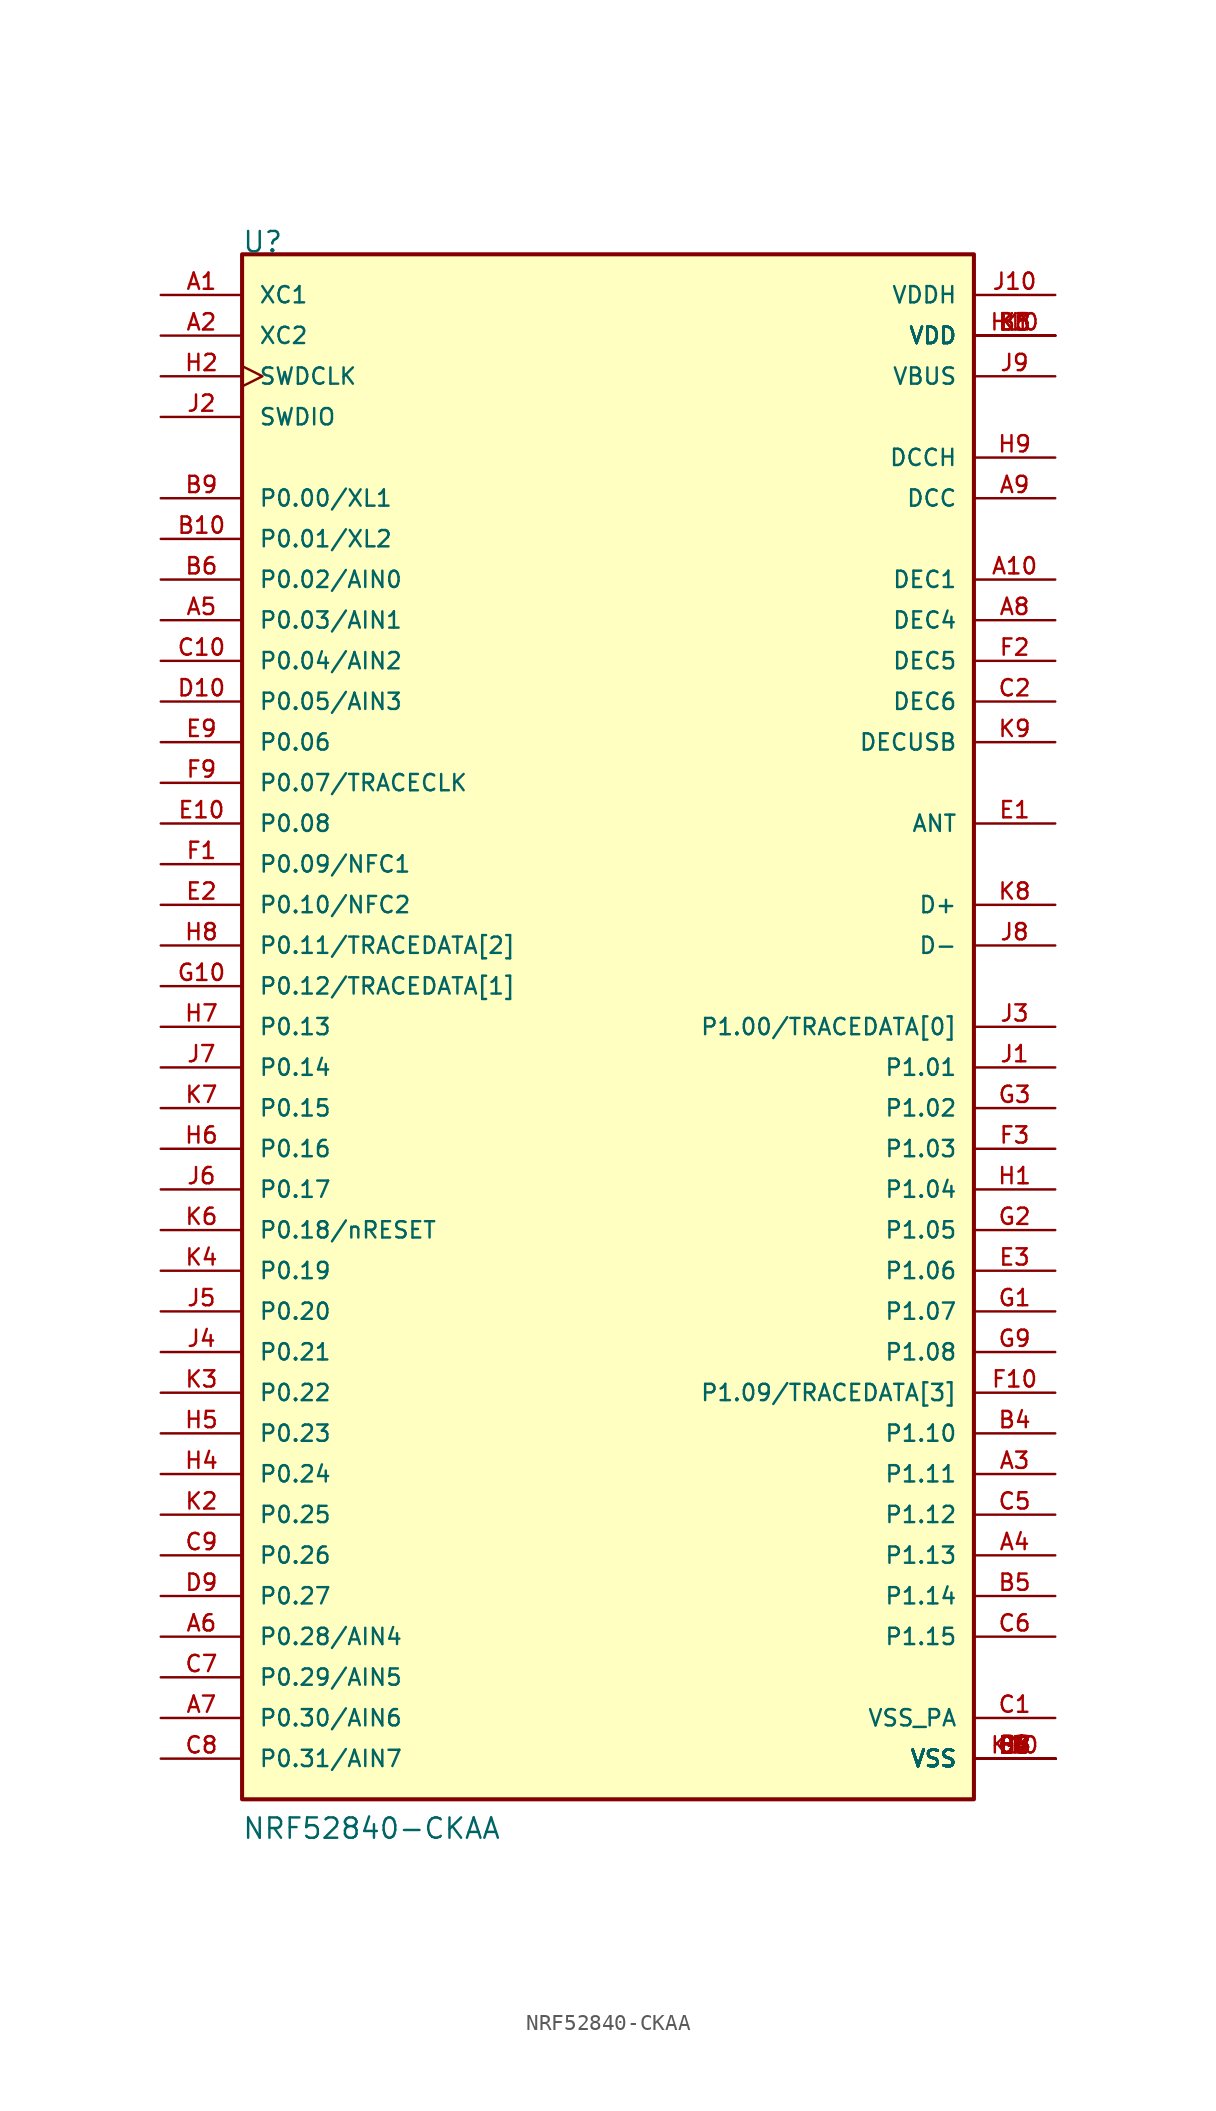
<source format=kicad_sym>
(kicad_symbol_lib
  (version 20211014)
  (generator kicad_symbol_editor)
  (symbol "NRF52840-CKAA"
    (pin_names
      (offset 1.016))
    (property "Reference" "U"
      (at -22.885 33.045 0)
      (effects (font (size 1.27 1.27)) (justify left bottom)))
    (property "Value" "NRF52840-CKAA"
      (at -22.885 -66.065 0)
      (effects (font (size 1.27 1.27)) (justify left bottom)))
    (symbol "NRF52840-CKAA_0_0"
      (rectangle (start -22.86 33.02) (end 22.86 -63.5) (stroke (width 0.254) (type default) (color 0 0 0 0)) (fill (type background)))
      (pin input line (at -27.94 30.48 0) (length 5.08) (name "XC1" (effects (font (size 1.016 1.016)))) (number "A1" (effects (font (size 1.016 1.016)))))
      (pin passive line (at 27.94 12.7 180) (length 5.08) (name "DEC1" (effects (font (size 1.016 1.016)))) (number "A10" (effects (font (size 1.016 1.016)))))
      (pin input line (at -27.94 27.94 0) (length 5.08) (name "XC2" (effects (font (size 1.016 1.016)))) (number "A2" (effects (font (size 1.016 1.016)))))
      (pin bidirectional line (at 27.94 -43.18 180) (length 5.08) (name "P1.11" (effects (font (size 1.016 1.016)))) (number "A3" (effects (font (size 1.016 1.016)))))
      (pin bidirectional line (at 27.94 -48.26 180) (length 5.08) (name "P1.13" (effects (font (size 1.016 1.016)))) (number "A4" (effects (font (size 1.016 1.016)))))
      (pin bidirectional line (at -27.94 10.16 0) (length 5.08) (name "P0.03/AIN1" (effects (font (size 1.016 1.016)))) (number "A5" (effects (font (size 1.016 1.016)))))
      (pin bidirectional line (at -27.94 -53.34 0) (length 5.08) (name "P0.28/AIN4" (effects (font (size 1.016 1.016)))) (number "A6" (effects (font (size 1.016 1.016)))))
      (pin bidirectional line (at -27.94 -58.42 0) (length 5.08) (name "P0.30/AIN6" (effects (font (size 1.016 1.016)))) (number "A7" (effects (font (size 1.016 1.016)))))
      (pin passive line (at 27.94 10.16 180) (length 5.08) (name "DEC4" (effects (font (size 1.016 1.016)))) (number "A8" (effects (font (size 1.016 1.016)))))
      (pin power_in line (at 27.94 17.78 180) (length 5.08) (name "DCC" (effects (font (size 1.016 1.016)))) (number "A9" (effects (font (size 1.016 1.016)))))
      (pin bidirectional line (at -27.94 15.24 0) (length 5.08) (name "P0.01/XL2" (effects (font (size 1.016 1.016)))) (number "B10" (effects (font (size 1.016 1.016)))))
      (pin power_in line (at 27.94 27.94 180) (length 5.08) (name "VDD" (effects (font (size 1.016 1.016)))) (number "B3" (effects (font (size 1.016 1.016)))))
      (pin bidirectional line (at 27.94 -40.64 180) (length 5.08) (name "P1.10" (effects (font (size 1.016 1.016)))) (number "B4" (effects (font (size 1.016 1.016)))))
      (pin bidirectional line (at 27.94 -50.8 180) (length 5.08) (name "P1.14" (effects (font (size 1.016 1.016)))) (number "B5" (effects (font (size 1.016 1.016)))))
      (pin bidirectional line (at -27.94 12.7 0) (length 5.08) (name "P0.02/AIN0" (effects (font (size 1.016 1.016)))) (number "B6" (effects (font (size 1.016 1.016)))))
      (pin power_in line (at 27.94 -60.96 180) (length 5.08) (name "VSS" (effects (font (size 1.016 1.016)))) (number "B7" (effects (font (size 1.016 1.016)))))
      (pin power_in line (at 27.94 27.94 180) (length 5.08) (name "VDD" (effects (font (size 1.016 1.016)))) (number "B8" (effects (font (size 1.016 1.016)))))
      (pin bidirectional line (at -27.94 17.78 0) (length 5.08) (name "P0.00/XL1" (effects (font (size 1.016 1.016)))) (number "B9" (effects (font (size 1.016 1.016)))))
      (pin power_in line (at 27.94 -58.42 180) (length 5.08) (name "VSS_PA" (effects (font (size 1.016 1.016)))) (number "C1" (effects (font (size 1.016 1.016)))))
      (pin bidirectional line (at -27.94 7.62 0) (length 5.08) (name "P0.04/AIN2" (effects (font (size 1.016 1.016)))) (number "C10" (effects (font (size 1.016 1.016)))))
      (pin passive line (at 27.94 5.08 180) (length 5.08) (name "DEC6" (effects (font (size 1.016 1.016)))) (number "C2" (effects (font (size 1.016 1.016)))))
      (pin power_in line (at 27.94 -60.96 180) (length 5.08) (name "VSS" (effects (font (size 1.016 1.016)))) (number "C4" (effects (font (size 1.016 1.016)))))
      (pin bidirectional line (at 27.94 -45.72 180) (length 5.08) (name "P1.12" (effects (font (size 1.016 1.016)))) (number "C5" (effects (font (size 1.016 1.016)))))
      (pin bidirectional line (at 27.94 -53.34 180) (length 5.08) (name "P1.15" (effects (font (size 1.016 1.016)))) (number "C6" (effects (font (size 1.016 1.016)))))
      (pin bidirectional line (at -27.94 -55.88 0) (length 5.08) (name "P0.29/AIN5" (effects (font (size 1.016 1.016)))) (number "C7" (effects (font (size 1.016 1.016)))))
      (pin bidirectional line (at -27.94 -60.96 0) (length 5.08) (name "P0.31/AIN7" (effects (font (size 1.016 1.016)))) (number "C8" (effects (font (size 1.016 1.016)))))
      (pin bidirectional line (at -27.94 -48.26 0) (length 5.08) (name "P0.26" (effects (font (size 1.016 1.016)))) (number "C9" (effects (font (size 1.016 1.016)))))
      (pin bidirectional line (at -27.94 5.08 0) (length 5.08) (name "P0.05/AIN3" (effects (font (size 1.016 1.016)))) (number "D10" (effects (font (size 1.016 1.016)))))
      (pin power_in line (at 27.94 -60.96 180) (length 5.08) (name "VSS" (effects (font (size 1.016 1.016)))) (number "D3" (effects (font (size 1.016 1.016)))))
      (pin power_in line (at 27.94 -60.96 180) (length 5.08) (name "VSS" (effects (font (size 1.016 1.016)))) (number "D4" (effects (font (size 1.016 1.016)))))
      (pin power_in line (at 27.94 -60.96 180) (length 5.08) (name "VSS" (effects (font (size 1.016 1.016)))) (number "D5" (effects (font (size 1.016 1.016)))))
      (pin power_in line (at 27.94 -60.96 180) (length 5.08) (name "VSS" (effects (font (size 1.016 1.016)))) (number "D6" (effects (font (size 1.016 1.016)))))
      (pin power_in line (at 27.94 -60.96 180) (length 5.08) (name "VSS" (effects (font (size 1.016 1.016)))) (number "D7" (effects (font (size 1.016 1.016)))))
      (pin power_in line (at 27.94 -60.96 180) (length 5.08) (name "VSS" (effects (font (size 1.016 1.016)))) (number "D8" (effects (font (size 1.016 1.016)))))
      (pin bidirectional line (at -27.94 -50.8 0) (length 5.08) (name "P0.27" (effects (font (size 1.016 1.016)))) (number "D9" (effects (font (size 1.016 1.016)))))
      (pin passive line (at 27.94 -2.54 180) (length 5.08) (name "ANT" (effects (font (size 1.016 1.016)))) (number "E1" (effects (font (size 1.016 1.016)))))
      (pin bidirectional line (at -27.94 -2.54 0) (length 5.08) (name "P0.08" (effects (font (size 1.016 1.016)))) (number "E10" (effects (font (size 1.016 1.016)))))
      (pin bidirectional line (at -27.94 -7.62 0) (length 5.08) (name "P0.10/NFC2" (effects (font (size 1.016 1.016)))) (number "E2" (effects (font (size 1.016 1.016)))))
      (pin bidirectional line (at 27.94 -30.48 180) (length 5.08) (name "P1.06" (effects (font (size 1.016 1.016)))) (number "E3" (effects (font (size 1.016 1.016)))))
      (pin power_in line (at 27.94 -60.96 180) (length 5.08) (name "VSS" (effects (font (size 1.016 1.016)))) (number "E4" (effects (font (size 1.016 1.016)))))
      (pin power_in line (at 27.94 -60.96 180) (length 5.08) (name "VSS" (effects (font (size 1.016 1.016)))) (number "E5" (effects (font (size 1.016 1.016)))))
      (pin power_in line (at 27.94 -60.96 180) (length 5.08) (name "VSS" (effects (font (size 1.016 1.016)))) (number "E6" (effects (font (size 1.016 1.016)))))
      (pin power_in line (at 27.94 -60.96 180) (length 5.08) (name "VSS" (effects (font (size 1.016 1.016)))) (number "E7" (effects (font (size 1.016 1.016)))))
      (pin power_in line (at 27.94 -60.96 180) (length 5.08) (name "VSS" (effects (font (size 1.016 1.016)))) (number "E8" (effects (font (size 1.016 1.016)))))
      (pin bidirectional line (at -27.94 2.54 0) (length 5.08) (name "P0.06" (effects (font (size 1.016 1.016)))) (number "E9" (effects (font (size 1.016 1.016)))))
      (pin bidirectional line (at -27.94 -5.08 0) (length 5.08) (name "P0.09/NFC1" (effects (font (size 1.016 1.016)))) (number "F1" (effects (font (size 1.016 1.016)))))
      (pin bidirectional line (at 27.94 -38.1 180) (length 5.08) (name "P1.09/TRACEDATA[3]" (effects (font (size 1.016 1.016)))) (number "F10" (effects (font (size 1.016 1.016)))))
      (pin passive line (at 27.94 7.62 180) (length 5.08) (name "DEC5" (effects (font (size 1.016 1.016)))) (number "F2" (effects (font (size 1.016 1.016)))))
      (pin bidirectional line (at 27.94 -22.86 180) (length 5.08) (name "P1.03" (effects (font (size 1.016 1.016)))) (number "F3" (effects (font (size 1.016 1.016)))))
      (pin power_in line (at 27.94 -60.96 180) (length 5.08) (name "VSS" (effects (font (size 1.016 1.016)))) (number "F4" (effects (font (size 1.016 1.016)))))
      (pin power_in line (at 27.94 -60.96 180) (length 5.08) (name "VSS" (effects (font (size 1.016 1.016)))) (number "F5" (effects (font (size 1.016 1.016)))))
      (pin power_in line (at 27.94 -60.96 180) (length 5.08) (name "VSS" (effects (font (size 1.016 1.016)))) (number "F6" (effects (font (size 1.016 1.016)))))
      (pin power_in line (at 27.94 -60.96 180) (length 5.08) (name "VSS" (effects (font (size 1.016 1.016)))) (number "F7" (effects (font (size 1.016 1.016)))))
      (pin power_in line (at 27.94 -60.96 180) (length 5.08) (name "VSS" (effects (font (size 1.016 1.016)))) (number "F8" (effects (font (size 1.016 1.016)))))
      (pin bidirectional line (at -27.94 0 0) (length 5.08) (name "P0.07/TRACECLK" (effects (font (size 1.016 1.016)))) (number "F9" (effects (font (size 1.016 1.016)))))
      (pin bidirectional line (at 27.94 -33.02 180) (length 5.08) (name "P1.07" (effects (font (size 1.016 1.016)))) (number "G1" (effects (font (size 1.016 1.016)))))
      (pin bidirectional line (at -27.94 -12.7 0) (length 5.08) (name "P0.12/TRACEDATA[1]" (effects (font (size 1.016 1.016)))) (number "G10" (effects (font (size 1.016 1.016)))))
      (pin bidirectional line (at 27.94 -27.94 180) (length 5.08) (name "P1.05" (effects (font (size 1.016 1.016)))) (number "G2" (effects (font (size 1.016 1.016)))))
      (pin bidirectional line (at 27.94 -20.32 180) (length 5.08) (name "P1.02" (effects (font (size 1.016 1.016)))) (number "G3" (effects (font (size 1.016 1.016)))))
      (pin power_in line (at 27.94 -60.96 180) (length 5.08) (name "VSS" (effects (font (size 1.016 1.016)))) (number "G4" (effects (font (size 1.016 1.016)))))
      (pin power_in line (at 27.94 -60.96 180) (length 5.08) (name "VSS" (effects (font (size 1.016 1.016)))) (number "G5" (effects (font (size 1.016 1.016)))))
      (pin power_in line (at 27.94 -60.96 180) (length 5.08) (name "VSS" (effects (font (size 1.016 1.016)))) (number "G6" (effects (font (size 1.016 1.016)))))
      (pin power_in line (at 27.94 -60.96 180) (length 5.08) (name "VSS" (effects (font (size 1.016 1.016)))) (number "G7" (effects (font (size 1.016 1.016)))))
      (pin power_in line (at 27.94 -60.96 180) (length 5.08) (name "VSS" (effects (font (size 1.016 1.016)))) (number "G8" (effects (font (size 1.016 1.016)))))
      (pin bidirectional line (at 27.94 -35.56 180) (length 5.08) (name "P1.08" (effects (font (size 1.016 1.016)))) (number "G9" (effects (font (size 1.016 1.016)))))
      (pin bidirectional line (at 27.94 -25.4 180) (length 5.08) (name "P1.04" (effects (font (size 1.016 1.016)))) (number "H1" (effects (font (size 1.016 1.016)))))
      (pin power_in line (at 27.94 27.94 180) (length 5.08) (name "VDD" (effects (font (size 1.016 1.016)))) (number "H10" (effects (font (size 1.016 1.016)))))
      (pin input clock (at -27.94 25.4 0) (length 5.08) (name "SWDCLK" (effects (font (size 1.016 1.016)))) (number "H2" (effects (font (size 1.016 1.016)))))
      (pin bidirectional line (at -27.94 -43.18 0) (length 5.08) (name "P0.24" (effects (font (size 1.016 1.016)))) (number "H4" (effects (font (size 1.016 1.016)))))
      (pin bidirectional line (at -27.94 -40.64 0) (length 5.08) (name "P0.23" (effects (font (size 1.016 1.016)))) (number "H5" (effects (font (size 1.016 1.016)))))
      (pin bidirectional line (at -27.94 -22.86 0) (length 5.08) (name "P0.16" (effects (font (size 1.016 1.016)))) (number "H6" (effects (font (size 1.016 1.016)))))
      (pin bidirectional line (at -27.94 -15.24 0) (length 5.08) (name "P0.13" (effects (font (size 1.016 1.016)))) (number "H7" (effects (font (size 1.016 1.016)))))
      (pin bidirectional line (at -27.94 -10.16 0) (length 5.08) (name "P0.11/TRACEDATA[2]" (effects (font (size 1.016 1.016)))) (number "H8" (effects (font (size 1.016 1.016)))))
      (pin power_in line (at 27.94 20.32 180) (length 5.08) (name "DCCH" (effects (font (size 1.016 1.016)))) (number "H9" (effects (font (size 1.016 1.016)))))
      (pin bidirectional line (at 27.94 -17.78 180) (length 5.08) (name "P1.01" (effects (font (size 1.016 1.016)))) (number "J1" (effects (font (size 1.016 1.016)))))
      (pin power_in line (at 27.94 30.48 180) (length 5.08) (name "VDDH" (effects (font (size 1.016 1.016)))) (number "J10" (effects (font (size 1.016 1.016)))))
      (pin bidirectional line (at -27.94 22.86 0) (length 5.08) (name "SWDIO" (effects (font (size 1.016 1.016)))) (number "J2" (effects (font (size 1.016 1.016)))))
      (pin bidirectional line (at 27.94 -15.24 180) (length 5.08) (name "P1.00/TRACEDATA[0]" (effects (font (size 1.016 1.016)))) (number "J3" (effects (font (size 1.016 1.016)))))
      (pin bidirectional line (at -27.94 -35.56 0) (length 5.08) (name "P0.21" (effects (font (size 1.016 1.016)))) (number "J4" (effects (font (size 1.016 1.016)))))
      (pin bidirectional line (at -27.94 -33.02 0) (length 5.08) (name "P0.20" (effects (font (size 1.016 1.016)))) (number "J5" (effects (font (size 1.016 1.016)))))
      (pin bidirectional line (at -27.94 -25.4 0) (length 5.08) (name "P0.17" (effects (font (size 1.016 1.016)))) (number "J6" (effects (font (size 1.016 1.016)))))
      (pin bidirectional line (at -27.94 -17.78 0) (length 5.08) (name "P0.14" (effects (font (size 1.016 1.016)))) (number "J7" (effects (font (size 1.016 1.016)))))
      (pin bidirectional line (at 27.94 -10.16 180) (length 5.08) (name "D-" (effects (font (size 1.016 1.016)))) (number "J8" (effects (font (size 1.016 1.016)))))
      (pin power_in line (at 27.94 25.4 180) (length 5.08) (name "VBUS" (effects (font (size 1.016 1.016)))) (number "J9" (effects (font (size 1.016 1.016)))))
      (pin power_in line (at 27.94 27.94 180) (length 5.08) (name "VDD" (effects (font (size 1.016 1.016)))) (number "K1" (effects (font (size 1.016 1.016)))))
      (pin power_in line (at 27.94 -60.96 180) (length 5.08) (name "VSS" (effects (font (size 1.016 1.016)))) (number "K10" (effects (font (size 1.016 1.016)))))
      (pin bidirectional line (at -27.94 -45.72 0) (length 5.08) (name "P0.25" (effects (font (size 1.016 1.016)))) (number "K2" (effects (font (size 1.016 1.016)))))
      (pin bidirectional line (at -27.94 -38.1 0) (length 5.08) (name "P0.22" (effects (font (size 1.016 1.016)))) (number "K3" (effects (font (size 1.016 1.016)))))
      (pin bidirectional line (at -27.94 -30.48 0) (length 5.08) (name "P0.19" (effects (font (size 1.016 1.016)))) (number "K4" (effects (font (size 1.016 1.016)))))
      (pin power_in line (at 27.94 27.94 180) (length 5.08) (name "VDD" (effects (font (size 1.016 1.016)))) (number "K5" (effects (font (size 1.016 1.016)))))
      (pin bidirectional line (at -27.94 -27.94 0) (length 5.08) (name "P0.18/nRESET" (effects (font (size 1.016 1.016)))) (number "K6" (effects (font (size 1.016 1.016)))))
      (pin bidirectional line (at -27.94 -20.32 0) (length 5.08) (name "P0.15" (effects (font (size 1.016 1.016)))) (number "K7" (effects (font (size 1.016 1.016)))))
      (pin bidirectional line (at 27.94 -7.62 180) (length 5.08) (name "D+" (effects (font (size 1.016 1.016)))) (number "K8" (effects (font (size 1.016 1.016)))))
      (pin passive line (at 27.94 2.54 180) (length 5.08) (name "DECUSB" (effects (font (size 1.016 1.016)))) (number "K9" (effects (font (size 1.016 1.016))))))))
</source>
